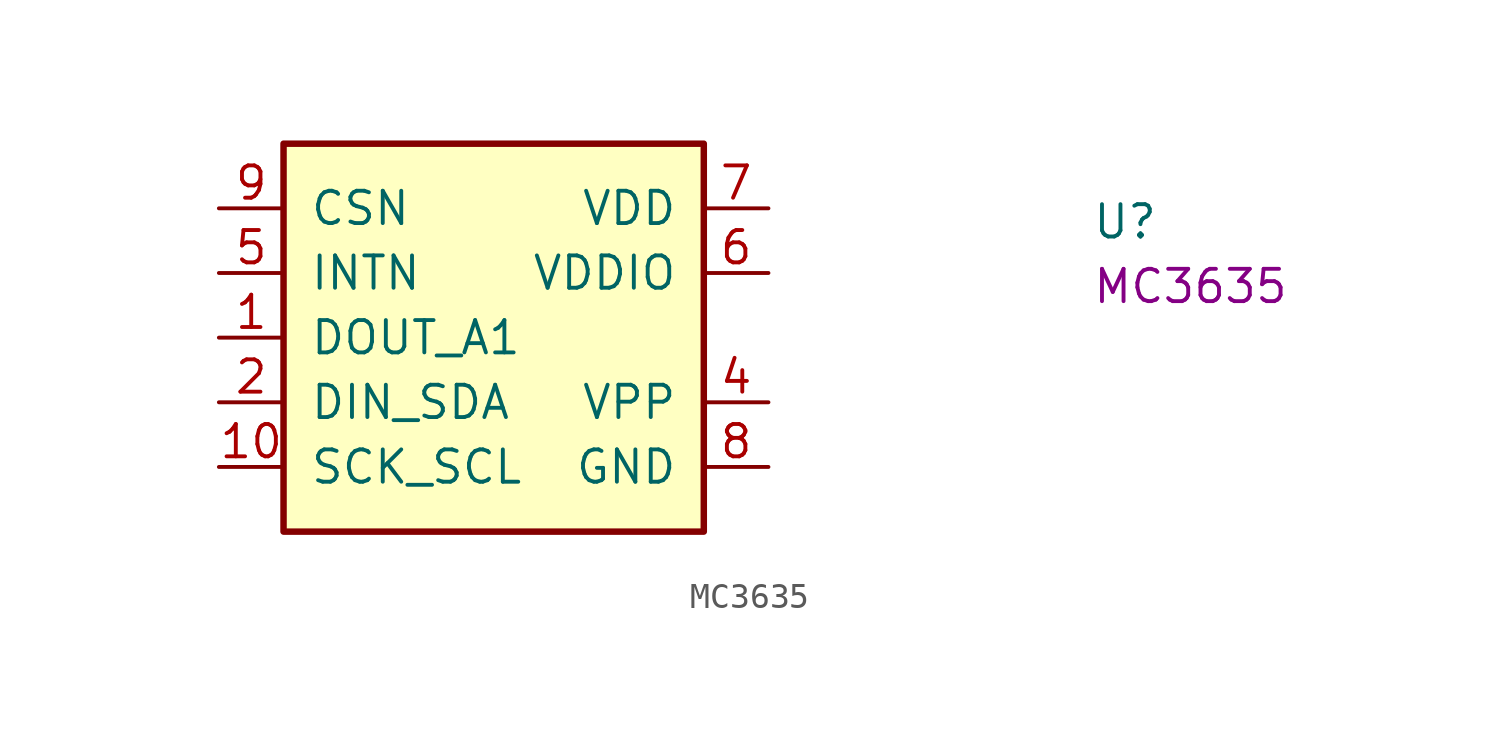
<source format=kicad_sym>
(kicad_symbol_lib
  (version 20220914)
  (generator kicad_symbol_editor)
  (symbol "MC3635"
    (pin_names
      (offset 1.016))
    (property "Reference" "U"
      (at 34.29 -1.27 0)
      (effects (font (size 1.27 1.27)) (justify left bottom)))
    (property "MPN" "MC3635"
      (at 34.29 -3.81 0)
      (effects (font (size 1.27 1.27)) (justify left bottom)))
    (symbol "MC3635_1_1"
      (rectangle (start 2.54 2.54) (end 19.05 -12.7) (stroke (width 0.254) (type default)) (fill (type background)))
      (pin bidirectional line (at 0 -5.08 0) (length 2.54) (name "DOUT_A1" (effects (font (size 1.27 1.27)))) (number "1" (effects (font (size 1.27 1.27)))))
      (pin input line (at 0 -10.16 0) (length 2.54) (name "SCK_SCL" (effects (font (size 1.27 1.27)))) (number "10" (effects (font (size 1.27 1.27)))))
      (pin bidirectional line (at 0 -7.62 0) (length 2.54) (name "DIN_SDA" (effects (font (size 1.27 1.27)))) (number "2" (effects (font (size 1.27 1.27)))))
      (pin no_connect line (at 19.05 -5.08 180) (length 2.54) hide (name "NC" (effects (font (size 1.27 1.27)))) (number "3" (effects (font (size 1.27 1.27)))))
      (pin power_in line (at 21.59 -7.62 180) (length 2.54) (name "VPP" (effects (font (size 1.27 1.27)))) (number "4" (effects (font (size 1.27 1.27)))))
      (pin output line (at 0 -2.54 0) (length 2.54) (name "INTN" (effects (font (size 1.27 1.27)))) (number "5" (effects (font (size 1.27 1.27)))))
      (pin power_in line (at 21.59 -2.54 180) (length 2.54) (name "VDDIO" (effects (font (size 1.27 1.27)))) (number "6" (effects (font (size 1.27 1.27)))))
      (pin power_in line (at 21.59 0 180) (length 2.54) (name "VDD" (effects (font (size 1.27 1.27)))) (number "7" (effects (font (size 1.27 1.27)))))
      (pin power_in line (at 21.59 -10.16 180) (length 2.54) (name "GND" (effects (font (size 1.27 1.27)))) (number "8" (effects (font (size 1.27 1.27)))))
      (pin input line (at 0 0 0) (length 2.54) (name "CSN" (effects (font (size 1.27 1.27)))) (number "9" (effects (font (size 1.27 1.27))))))))
</source>
